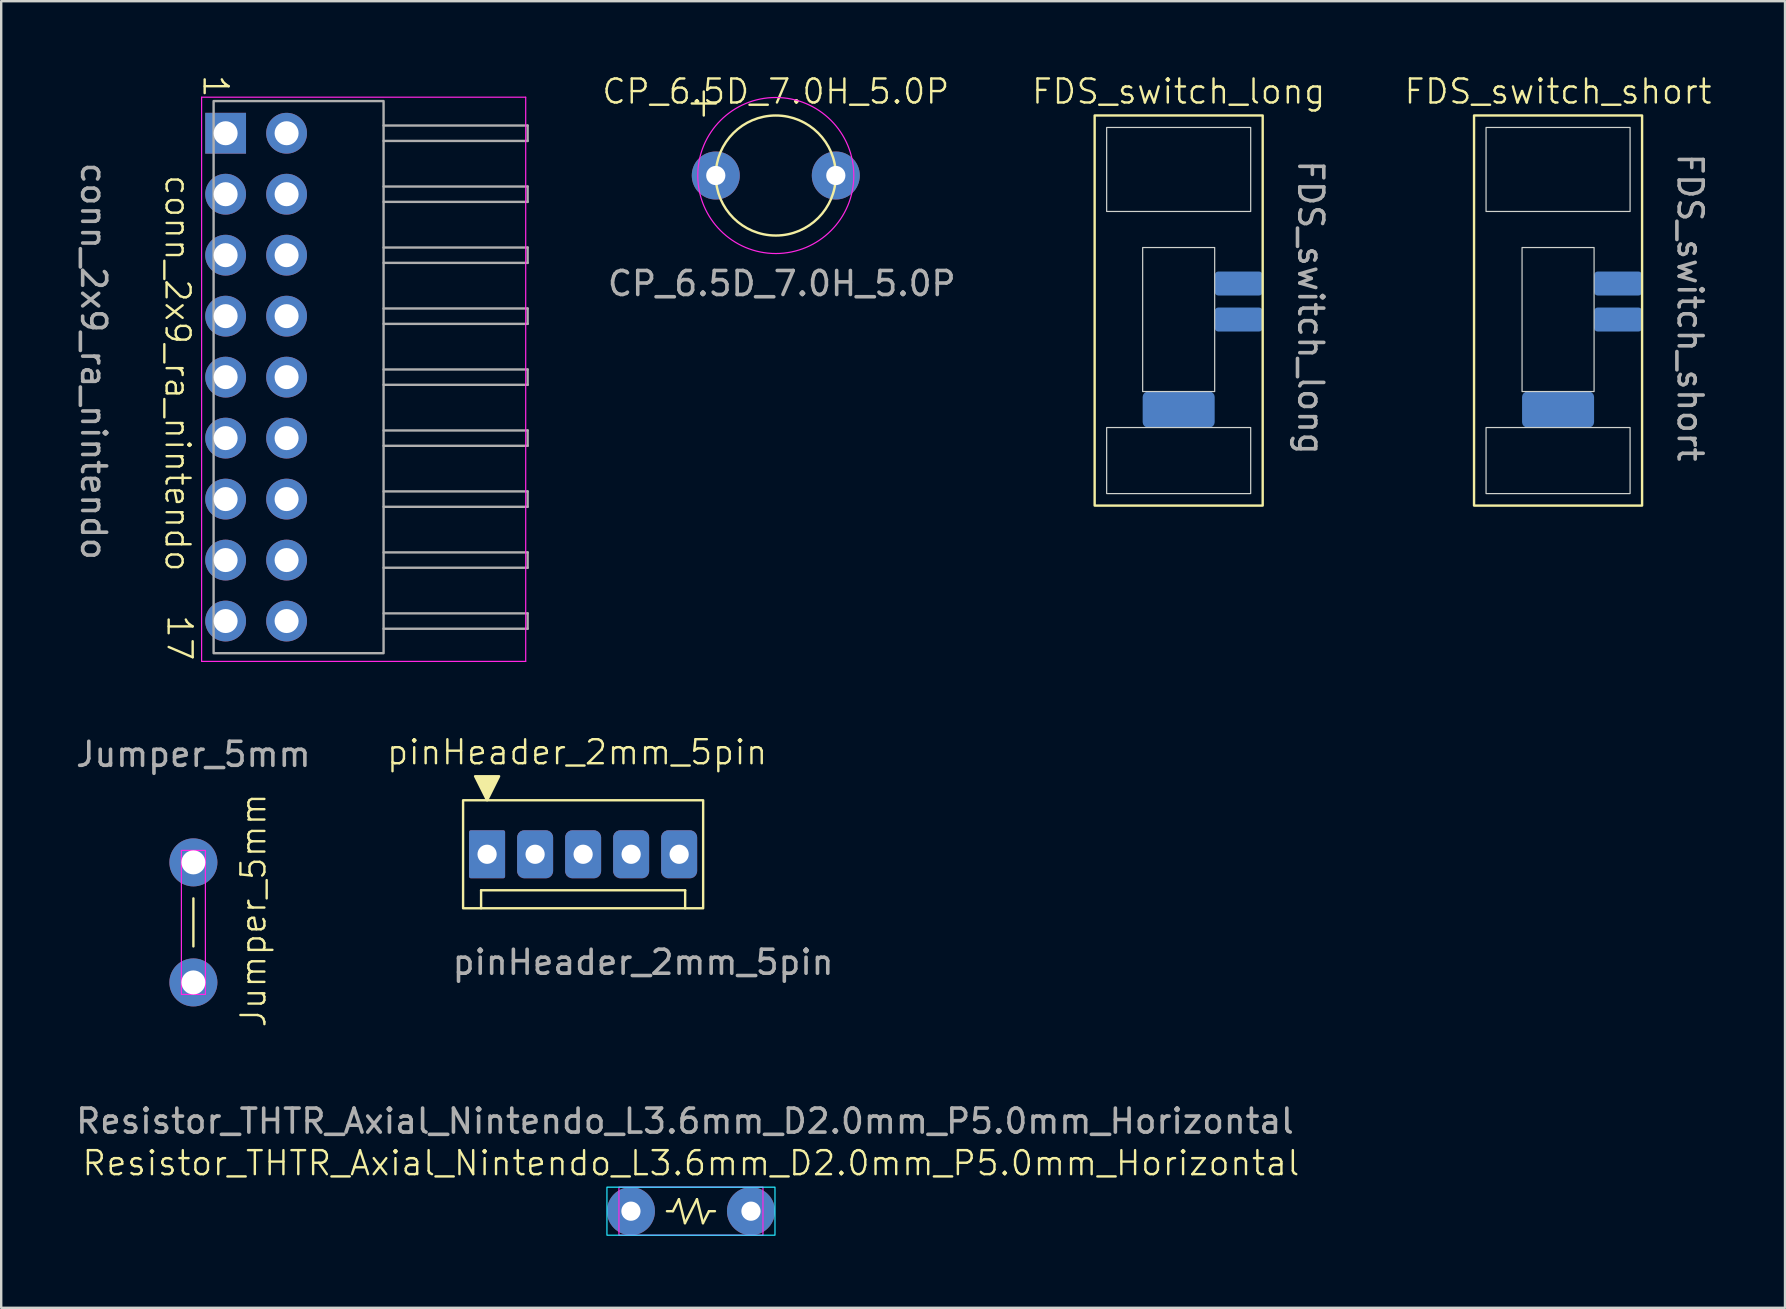
<source format=kicad_pcb>
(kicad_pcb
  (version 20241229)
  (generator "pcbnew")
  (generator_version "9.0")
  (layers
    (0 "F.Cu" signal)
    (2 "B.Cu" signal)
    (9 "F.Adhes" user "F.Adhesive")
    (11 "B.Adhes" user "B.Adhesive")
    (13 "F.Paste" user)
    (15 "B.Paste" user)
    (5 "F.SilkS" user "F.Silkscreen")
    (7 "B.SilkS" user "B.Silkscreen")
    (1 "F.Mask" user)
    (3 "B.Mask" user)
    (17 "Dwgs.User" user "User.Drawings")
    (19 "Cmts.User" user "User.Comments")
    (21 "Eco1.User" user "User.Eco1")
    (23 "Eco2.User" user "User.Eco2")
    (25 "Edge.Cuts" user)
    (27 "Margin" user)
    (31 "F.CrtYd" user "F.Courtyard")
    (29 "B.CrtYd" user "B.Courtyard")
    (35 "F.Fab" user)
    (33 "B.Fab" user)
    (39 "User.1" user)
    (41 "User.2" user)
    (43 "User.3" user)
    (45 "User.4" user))
  (footprint "Jumper_5mm"
    (layer "F.Cu")
    (at 5.006 32.873)
    (property "Reference" "Jumper_5mm" (at 2.5 2 90) (unlocked yes) (layer "F.SilkS") (effects (font (size 1 1) (thickness 0.1))))
    (attr smd)
    (fp_line (start 0 1.5) (end 0 3.5) (stroke (width 0.1) (type default)) (layer "F.SilkS"))
    (fp_rect (start -0.5 -0.5) (end 0.5 5.5) (stroke (width 0.05) (type solid)) (fill no) (layer "F.CrtYd"))
    (fp_text user "${REFERENCE}" (at 0 -4.5 0) (unlocked yes) (layer "F.Fab") (effects (font (size 1 1) (thickness 0.15))))
    (pad "1" thru_hole circle (at 0 0) (size 2 2) (drill 1) (layers "*.Cu" "*.Mask"))
    (pad "2" thru_hole circle (at 0 5) (size 2 2) (drill 1) (layers "*.Cu" "*.Mask")))
  (footprint "CP_6.5D_7.0H_5.0P"
    (layer "F.Cu")
    (at 26.766 4.261)
    (property "Reference" "CP_6.5D_7.0H_5.0P" (at 2.5 -3.5 0) (unlocked yes) (layer "F.SilkS") (effects (font (size 1 1) (thickness 0.1))))
    (attr through_hole)
    (fp_line (start -1 -3) (end 0 -3) (stroke (width 0.1) (type default)) (layer "F.SilkS"))
    (fp_line (start -0.5 -3.5) (end -0.5 -2.5) (stroke (width 0.1) (type default)) (layer "F.SilkS"))
    (fp_circle (center 2.5 0) (end 0 0) (stroke (width 0.1) (type default)) (fill no) (layer "F.SilkS"))
    (fp_circle (center 2.5 0) (end -0.75 0) (stroke (width 0.05) (type default)) (fill no) (layer "F.CrtYd"))
    (fp_text user "${REFERENCE}" (at 2.75 4.5 0) (unlocked yes) (layer "F.Fab") (effects (font (size 1 1) (thickness 0.15))))
    (pad "1" thru_hole circle (at 0 0) (size 2 2) (drill 0.8) (layers "*.Cu" "*.Mask"))
    (pad "2" thru_hole circle (at 5 0) (size 2 2) (drill 0.8) (layers "*.Cu" "*.Mask")))
  (footprint "Resistor_THTR_Axial_Nintendo_L3.6mm_D2.0mm_P5.0mm_Horizontal"
    (layer "F.Cu")
    (at 23.232 47.402)
    (property "Reference" "Resistor_THTR_Axial_Nintendo_L3.6mm_D2.0mm_P5.0mm_Horizontal" (at 2.5 -2 0) (unlocked yes) (layer "F.SilkS") (effects (font (size 1 1) (thickness 0.1))))
    (attr smd)
    (fp_line (start 1.5 0) (end 1.75 0) (stroke (width 0.1) (type default)) (layer "F.SilkS"))
    (fp_line (start 1.75 0) (end 2 -0.5) (stroke (width 0.1) (type default)) (layer "F.SilkS"))
    (fp_line (start 2 -0.5) (end 2.25 0.5) (stroke (width 0.1) (type default)) (layer "F.SilkS"))
    (fp_line (start 2.25 0.5) (end 2.75 -0.5) (stroke (width 0.1) (type default)) (layer "F.SilkS"))
    (fp_line (start 2.75 -0.5) (end 3 0.5) (stroke (width 0.1) (type default)) (layer "F.SilkS"))
    (fp_line (start 3 0.5) (end 3.25 0) (stroke (width 0.1) (type default)) (layer "F.SilkS"))
    (fp_line (start 3.25 0) (end 3.5 0) (stroke (width 0.1) (type default)) (layer "F.SilkS"))
    (fp_rect (start -1 -1) (end 6 1) (stroke (width 0.05) (type default)) (fill no) (layer "B.CrtYd"))
    (fp_rect (start -0.5 -1) (end 5.5 1) (stroke (width 0.05) (type default)) (fill no) (layer "F.CrtYd"))
    (fp_text user "${REFERENCE}" (at 2.25 -3.75 0) (unlocked yes) (layer "F.Fab") (effects (font (size 1 1) (thickness 0.15))))
    (pad "1" thru_hole circle (at 0 0) (size 2 2) (drill 0.8) (layers "*.Cu" "*.Mask"))
    (pad "2" thru_hole circle (at 5 0) (size 2 2) (drill 0.8) (layers "*.Cu" "*.Mask")))
  (footprint "conn_2x9_ra_nintendo"
    (layer "F.Cu")
    (at 6.348 2.5)
    (property "Reference" "conn_2x9_ra_nintendo" (at -2 10 270) (unlocked yes) (layer "F.SilkS") (effects (font (size 1 1) (thickness 0.1))))
    (attr smd)
    (fp_line (start -1 -1.5) (end -1 22) (stroke (width 0.05) (type solid)) (layer "F.CrtYd"))
    (fp_line (start -1 22) (end 12.5 22) (stroke (width 0.05) (type solid)) (layer "F.CrtYd"))
    (fp_line (start 12.5 -1.5) (end -1 -1.5) (stroke (width 0.05) (type solid)) (layer "F.CrtYd"))
    (fp_line (start 12.5 22) (end 12.5 -1.5) (stroke (width 0.05) (type solid)) (layer "F.CrtYd"))
    (fp_line (start 6.58 -0.32) (end 12.58 -0.32) (stroke (width 0.1) (type solid)) (layer "F.Fab"))
    (fp_line (start 6.58 0.32) (end 12.58 0.32) (stroke (width 0.1) (type solid)) (layer "F.Fab"))
    (fp_line (start 6.58 2.22) (end 12.58 2.22) (stroke (width 0.1) (type solid)) (layer "F.Fab"))
    (fp_line (start 6.58 2.86) (end 12.58 2.86) (stroke (width 0.1) (type solid)) (layer "F.Fab"))
    (fp_line (start 6.58 4.76) (end 12.58 4.76) (stroke (width 0.1) (type solid)) (layer "F.Fab"))
    (fp_line (start 6.58 5.4) (end 12.58 5.4) (stroke (width 0.1) (type solid)) (layer "F.Fab"))
    (fp_line (start 6.58 7.3) (end 12.58 7.3) (stroke (width 0.1) (type solid)) (layer "F.Fab"))
    (fp_line (start 6.58 7.94) (end 12.58 7.94) (stroke (width 0.1) (type solid)) (layer "F.Fab"))
    (fp_line (start 6.58 9.84) (end 12.58 9.84) (stroke (width 0.1) (type solid)) (layer "F.Fab"))
    (fp_line (start 6.58 10.48) (end 12.58 10.48) (stroke (width 0.1) (type solid)) (layer "F.Fab"))
    (fp_line (start 6.58 12.38) (end 12.58 12.38) (stroke (width 0.1) (type solid)) (layer "F.Fab"))
    (fp_line (start 6.58 13.02) (end 12.58 13.02) (stroke (width 0.1) (type solid)) (layer "F.Fab"))
    (fp_line (start 6.58 14.92) (end 12.58 14.92) (stroke (width 0.1) (type solid)) (layer "F.Fab"))
    (fp_line (start 6.58 15.56) (end 12.58 15.56) (stroke (width 0.1) (type solid)) (layer "F.Fab"))
    (fp_line (start 6.58 17.46) (end 12.58 17.46) (stroke (width 0.1) (type solid)) (layer "F.Fab"))
    (fp_line (start 6.58 18.1) (end 12.58 18.1) (stroke (width 0.1) (type solid)) (layer "F.Fab"))
    (fp_line (start 6.58 20) (end 12.58 20) (stroke (width 0.1) (type solid)) (layer "F.Fab"))
    (fp_line (start 6.58 20.64) (end 12.58 20.64) (stroke (width 0.1) (type solid)) (layer "F.Fab"))
    (fp_line (start 12.58 -0.32) (end 12.58 0.32) (stroke (width 0.1) (type solid)) (layer "F.Fab"))
    (fp_line (start 12.58 2.22) (end 12.58 2.86) (stroke (width 0.1) (type solid)) (layer "F.Fab"))
    (fp_line (start 12.58 4.76) (end 12.58 5.4) (stroke (width 0.1) (type solid)) (layer "F.Fab"))
    (fp_line (start 12.58 7.3) (end 12.58 7.94) (stroke (width 0.1) (type solid)) (layer "F.Fab"))
    (fp_line (start 12.58 9.84) (end 12.58 10.48) (stroke (width 0.1) (type solid)) (layer "F.Fab"))
    (fp_line (start 12.58 12.38) (end 12.58 13.02) (stroke (width 0.1) (type solid)) (layer "F.Fab"))
    (fp_line (start 12.58 14.92) (end 12.58 15.56) (stroke (width 0.1) (type solid)) (layer "F.Fab"))
    (fp_line (start 12.58 17.46) (end 12.58 18.1) (stroke (width 0.1) (type solid)) (layer "F.Fab"))
    (fp_line (start 12.58 20) (end 12.58 20.64) (stroke (width 0.1) (type solid)) (layer "F.Fab"))
    (fp_rect (start -0.5 -1.34) (end 6.58 21.66) (stroke (width 0.1) (type solid)) (fill no) (layer "F.Fab"))
    (fp_text user "1" (at -1 -2.5 270) (unlocked yes) (layer "F.SilkS") (effects (font (size 1 1) (thickness 0.1)) (justify left bottom)))
    (fp_text user "17" (at -2.5 20 270) (unlocked yes) (layer "F.SilkS") (effects (font (size 1 1) (thickness 0.1)) (justify left bottom)))
    (fp_text user "${REFERENCE}" (at -5.5 9.5 270) (unlocked yes) (layer "F.Fab") (effects (font (size 1 1) (thickness 0.15))))
    (pad "1" thru_hole rect (at 0 0) (size 1.7 1.7) (drill 1) (layers "*.Cu" "*.Mask"))
    (pad "2" thru_hole circle (at 2.54 0) (size 1.7 1.7) (drill 1) (layers "*.Cu" "*.Mask"))
    (pad "3" thru_hole circle (at 0 2.54) (size 1.7 1.7) (drill 1) (layers "*.Cu" "*.Mask"))
    (pad "4" thru_hole circle (at 2.54 2.54) (size 1.7 1.7) (drill 1) (layers "*.Cu" "*.Mask"))
    (pad "5" thru_hole circle (at 0 5.08) (size 1.7 1.7) (drill 1) (layers "*.Cu" "*.Mask"))
    (pad "6" thru_hole circle (at 2.54 5.08) (size 1.7 1.7) (drill 1) (layers "*.Cu" "*.Mask"))
    (pad "7" thru_hole circle (at 0 7.62) (size 1.7 1.7) (drill 1) (layers "*.Cu" "*.Mask"))
    (pad "8" thru_hole circle (at 2.54 7.62) (size 1.7 1.7) (drill 1) (layers "*.Cu" "*.Mask"))
    (pad "9" thru_hole circle (at 0 10.16) (size 1.7 1.7) (drill 1) (layers "*.Cu" "*.Mask"))
    (pad "10" thru_hole circle (at 2.54 10.16) (size 1.7 1.7) (drill 1) (layers "*.Cu" "*.Mask"))
    (pad "11" thru_hole circle (at 0 12.7) (size 1.7 1.7) (drill 1) (layers "*.Cu" "*.Mask"))
    (pad "12" thru_hole circle (at 2.54 12.7) (size 1.7 1.7) (drill 1) (layers "*.Cu" "*.Mask"))
    (pad "13" thru_hole circle (at 0 15.24) (size 1.7 1.7) (drill 1) (layers "*.Cu" "*.Mask"))
    (pad "14" thru_hole circle (at 2.54 15.24) (size 1.7 1.7) (drill 1) (layers "*.Cu" "*.Mask"))
    (pad "15" thru_hole circle (at 0 17.78) (size 1.7 1.7) (drill 1) (layers "*.Cu" "*.Mask"))
    (pad "16" thru_hole circle (at 2.54 17.78) (size 1.7 1.7) (drill 1) (layers "*.Cu" "*.Mask"))
    (pad "17" thru_hole circle (at 0 20.32) (size 1.7 1.7) (drill 1) (layers "*.Cu" "*.Mask"))
    (pad "18" thru_hole circle (at 2.54 20.32) (size 1.7 1.7) (drill 1) (layers "*.Cu" "*.Mask")))
  (footprint "FDS_switch_long"
    (layer "F.Cu")
    (at 46.048 1.76)
    (property "Reference" "FDS_switch_long" (at 0 -1 0) (unlocked yes) (layer "F.SilkS") (effects (font (size 1 1) (thickness 0.1))))
    (attr smd)
    (fp_rect (start -3.5 0) (end 3.5 16.25) (stroke (width 0.1) (type solid)) (fill no) (layer "F.SilkS"))
    (fp_rect (start -3 0.5) (end 3 4) (stroke (width 0.05) (type solid)) (fill no) (layer "Edge.Cuts"))
    (fp_rect (start -3 13) (end 3 15.75) (stroke (width 0.05) (type solid)) (fill no) (layer "Edge.Cuts"))
    (fp_rect (start -1.5 5.5) (end 1.5 11.5) (stroke (width 0.05) (type solid)) (fill no) (layer "Edge.Cuts"))
    (fp_text user "${REFERENCE}" (at 5.5 8 270) (unlocked yes) (layer "F.Fab") (effects (font (size 1 1) (thickness 0.15))))
    (pad "1" smd roundrect (at 2.5 7) (size 2 1) (layers "B.Cu" "B.Mask" "B.Paste") (roundrect_rratio 0.15))
    (pad "2" smd roundrect (at 2.5 8.5) (size 2 1) (layers "B.Cu" "B.Mask" "B.Paste") (roundrect_rratio 0.15))
    (pad "3" smd roundrect (at 0 12.25) (size 3 1.5) (layers "B.Cu" "B.Mask" "B.Paste") (roundrect_rratio 0.15)))
  (footprint "FDS_switch_short"
    (layer "F.Cu")
    (at 61.852 1.76)
    (property "Reference" "FDS_switch_short" (at 0 -1 0) (unlocked yes) (layer "F.SilkS") (effects (font (size 1 1) (thickness 0.1))))
    (attr smd)
    (fp_rect (start -3.5 0) (end 3.5 16.25) (stroke (width 0.1) (type solid)) (fill no) (layer "F.SilkS"))
    (fp_rect (start -3 0.5) (end 3 4) (stroke (width 0.05) (type solid)) (fill no) (layer "Edge.Cuts"))
    (fp_rect (start -3 13) (end 3 15.75) (stroke (width 0.05) (type solid)) (fill no) (layer "Edge.Cuts"))
    (fp_rect (start -1.5 5.5) (end 1.5 11.5) (stroke (width 0.05) (type solid)) (fill no) (layer "Edge.Cuts"))
    (fp_text user "${REFERENCE}" (at 5.5 8 270) (unlocked yes) (layer "F.Fab") (effects (font (size 1 1) (thickness 0.15))))
    (pad "1" smd roundrect (at 2.5 7) (size 2 1) (layers "B.Cu" "B.Mask" "B.Paste") (roundrect_rratio 0.15))
    (pad "2" smd roundrect (at 2.5 8.5) (size 2 1) (layers "B.Cu" "B.Mask" "B.Paste") (roundrect_rratio 0.15))
    (pad "3" smd roundrect (at 0 12.25) (size 3 1.5) (layers "B.Cu" "B.Mask" "B.Paste") (roundrect_rratio 0.15)))
  (footprint "pinHeader_2mm_5pin"
    (layer "F.Cu")
    (at 17.24 32.535)
    (property "Reference" "pinHeader_2mm_5pin" (at 3.75 -4.25 0) (unlocked yes) (layer "F.SilkS") (effects (font (size 1 1) (thickness 0.1))))
    (attr smd)
    (fp_line (start -0.25 1.5) (end 8.25 1.5) (stroke (width 0.1) (type default)) (layer "F.SilkS"))
    (fp_line (start -0.25 2.25) (end -0.25 1.5) (stroke (width 0.1) (type default)) (layer "F.SilkS"))
    (fp_line (start 8.25 2.25) (end 8.25 1.5) (stroke (width 0.1) (type default)) (layer "F.SilkS"))
    (fp_rect (start -1 -2.25) (end 9 2.25) (stroke (width 0.1) (type default)) (fill no) (layer "F.SilkS"))
    (fp_poly (pts (xy 0 -2.25) (xy -0.5 -3.25) (xy 0.5 -3.25)) (stroke (width 0.1) (type solid)) (fill yes) (layer "F.SilkS"))
    (fp_text user "${REFERENCE}" (at 6.5 4.5 0) (unlocked yes) (layer "F.Fab") (effects (font (size 1 1) (thickness 0.15))))
    (pad "1" thru_hole roundrect (at 0 0) (size 1.5 2) (drill 0.8) (layers "*.Cu" "*.Mask") (roundrect_rratio 0.05))
    (pad "2" thru_hole roundrect (at 2 0) (size 1.5 2) (drill 0.8) (layers "*.Cu" "*.Mask") (roundrect_rratio 0.2))
    (pad "3" thru_hole roundrect (at 4 0) (size 1.5 2) (drill 0.8) (layers "*.Cu" "*.Mask") (roundrect_rratio 0.2))
    (pad "4" thru_hole roundrect (at 6 0) (size 1.5 2) (drill 0.8) (layers "*.Cu" "*.Mask") (roundrect_rratio 0.2))
    (pad "5" thru_hole roundrect (at 8 0) (size 1.5 2) (drill 0.8) (layers "*.Cu" "*.Mask") (roundrect_rratio 0.2)))
  (gr_rect
    (start -3 -3)
    (end 71.306 51.427)
    (stroke (width 0.1) (type default))
    (fill no)
    (layer "Edge.Cuts")))
</source>
